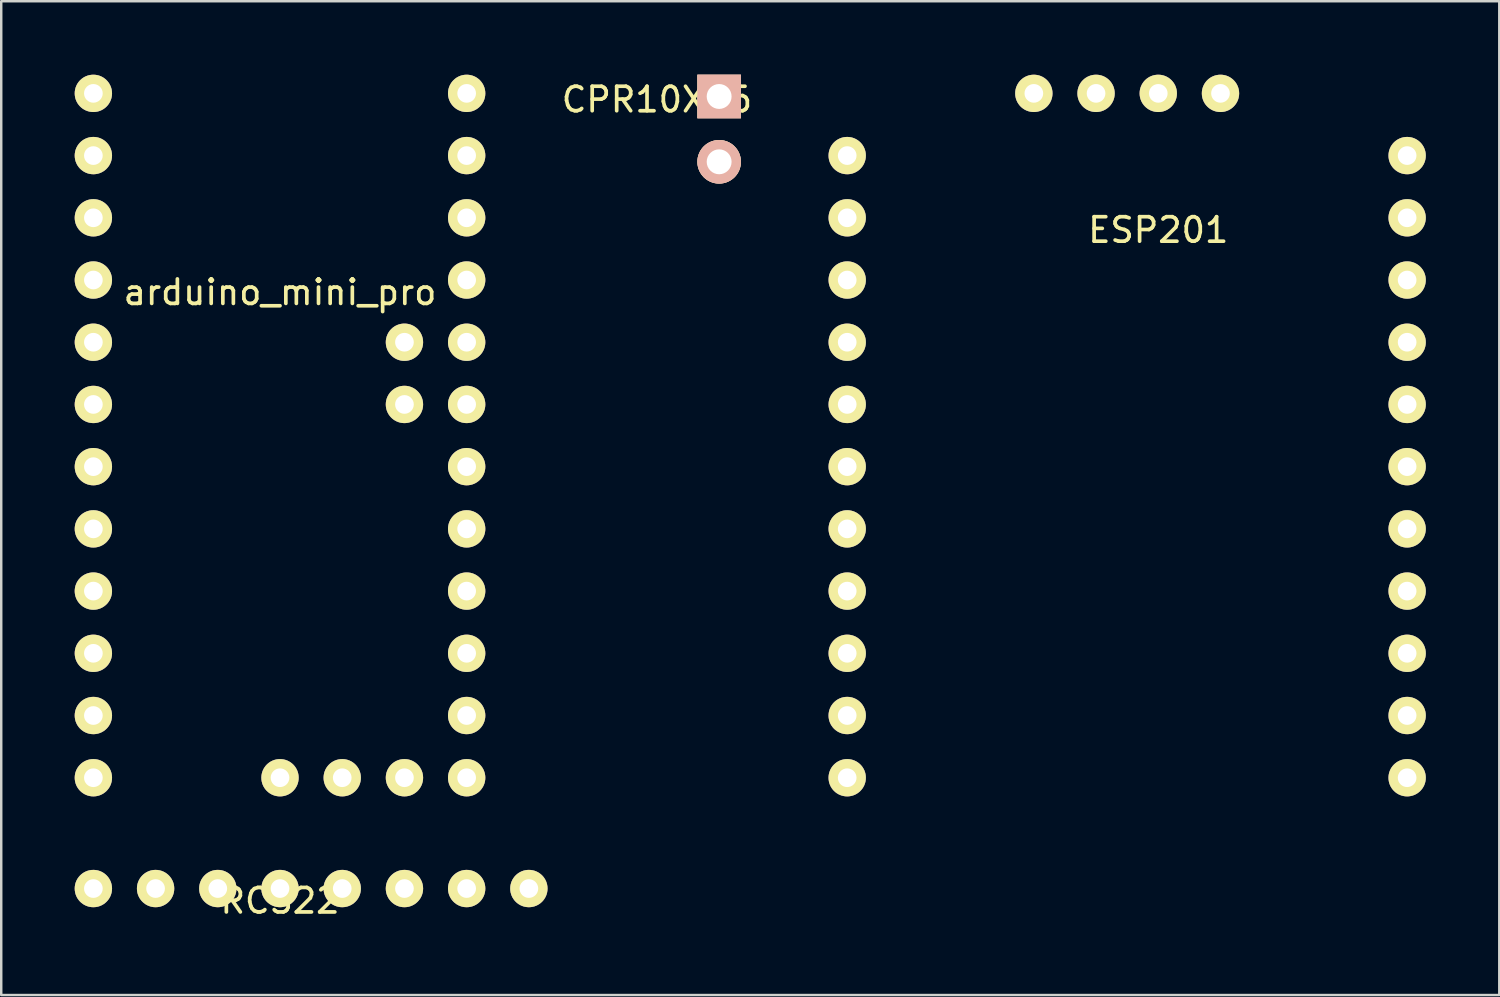
<source format=kicad_pcb>
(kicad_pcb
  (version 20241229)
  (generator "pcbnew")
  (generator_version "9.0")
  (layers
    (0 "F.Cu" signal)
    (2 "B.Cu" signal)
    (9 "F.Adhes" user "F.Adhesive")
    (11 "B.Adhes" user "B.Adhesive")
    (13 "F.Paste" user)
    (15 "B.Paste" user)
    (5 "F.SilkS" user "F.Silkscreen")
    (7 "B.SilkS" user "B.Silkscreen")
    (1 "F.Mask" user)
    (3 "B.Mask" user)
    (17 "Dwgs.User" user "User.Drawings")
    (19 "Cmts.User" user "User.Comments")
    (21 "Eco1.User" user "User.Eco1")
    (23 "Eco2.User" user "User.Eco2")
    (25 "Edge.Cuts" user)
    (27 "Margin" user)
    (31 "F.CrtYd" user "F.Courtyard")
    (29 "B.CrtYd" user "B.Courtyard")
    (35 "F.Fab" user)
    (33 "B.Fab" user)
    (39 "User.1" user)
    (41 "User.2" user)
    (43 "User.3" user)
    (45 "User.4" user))
  (footprint "arduino_mini_pro"
    (layer "F.Cu")
    (at 8.382 8.382)
    (property "Reference" "arduino_mini_pro" (at 0 0.5 0) (layer "F.SilkS") (effects (font (size 1 1) (thickness 0.15))))
    (attr through_hole)
    (pad "7" thru_hole circle (at 7.62 -7.62) (size 1.524 1.524) (drill 0.762) (layers "*.Cu" "*.Mask" "F.SilkS"))
    (pad "8" thru_hole circle (at 7.62 -5.08) (size 1.524 1.524) (drill 0.762) (layers "*.Cu" "*.Mask" "F.SilkS"))
    (pad "9" thru_hole circle (at 7.62 -2.54) (size 1.524 1.524) (drill 0.762) (layers "*.Cu" "*.Mask" "F.SilkS"))
    (pad "10" thru_hole circle (at 7.62 0) (size 1.524 1.524) (drill 0.762) (layers "*.Cu" "*.Mask" "F.SilkS"))
    (pad "11" thru_hole circle (at 7.62 2.54) (size 1.524 1.524) (drill 0.762) (layers "*.Cu" "*.Mask" "F.SilkS"))
    (pad "12" thru_hole circle (at 7.62 5.08) (size 1.524 1.524) (drill 0.762) (layers "*.Cu" "*.Mask" "F.SilkS"))
    (pad "13" thru_hole circle (at 7.62 7.62) (size 1.524 1.524) (drill 0.762) (layers "*.Cu" "*.Mask" "F.SilkS"))
    (pad "14" thru_hole circle (at 7.62 10.16) (size 1.524 1.524) (drill 0.762) (layers "*.Cu" "*.Mask" "F.SilkS"))
    (pad "15" thru_hole circle (at 7.62 12.7) (size 1.524 1.524) (drill 0.762) (layers "*.Cu" "*.Mask" "F.SilkS"))
    (pad "16" thru_hole circle (at 7.62 15.24) (size 1.524 1.524) (drill 0.762) (layers "*.Cu" "*.Mask" "F.SilkS"))
    (pad "17" thru_hole circle (at 7.62 17.78) (size 1.524 1.524) (drill 0.762) (layers "*.Cu" "*.Mask" "F.SilkS"))
    (pad "18" thru_hole circle (at 7.62 20.32) (size 1.524 1.524) (drill 0.762) (layers "*.Cu" "*.Mask" "F.SilkS"))
    (pad "19" thru_hole circle (at 5.08 20.32) (size 1.524 1.524) (drill 0.762) (layers "*.Cu" "*.Mask" "F.SilkS"))
    (pad "20" thru_hole circle (at 2.54 20.32) (size 1.524 1.524) (drill 0.762) (layers "*.Cu" "*.Mask" "F.SilkS"))
    (pad "21" thru_hole circle (at 0 20.32) (size 1.524 1.524) (drill 0.762) (layers "*.Cu" "*.Mask" "F.SilkS"))
    (pad "22" thru_hole circle (at 5.08 2.54) (size 1.524 1.524) (drill 0.762) (layers "*.Cu" "*.Mask" "F.SilkS"))
    (pad "23" thru_hole circle (at 5.08 5.08) (size 1.524 1.524) (drill 0.762) (layers "*.Cu" "*.Mask" "F.SilkS"))
    (pad "24" thru_hole circle (at -7.62 20.32) (size 1.524 1.524) (drill 0.762) (layers "*.Cu" "*.Mask" "F.SilkS"))
    (pad "25" thru_hole circle (at -7.62 17.78) (size 1.524 1.524) (drill 0.762) (layers "*.Cu" "*.Mask" "F.SilkS"))
    (pad "26" thru_hole circle (at -7.62 15.24) (size 1.524 1.524) (drill 0.762) (layers "*.Cu" "*.Mask" "F.SilkS"))
    (pad "27" thru_hole circle (at -7.62 12.7) (size 1.524 1.524) (drill 0.762) (layers "*.Cu" "*.Mask" "F.SilkS"))
    (pad "28" thru_hole circle (at -7.62 10.16) (size 1.524 1.524) (drill 0.762) (layers "*.Cu" "*.Mask" "F.SilkS"))
    (pad "29" thru_hole circle (at -7.62 7.62) (size 1.524 1.524) (drill 0.762) (layers "*.Cu" "*.Mask" "F.SilkS"))
    (pad "30" thru_hole circle (at -7.62 5.08) (size 1.524 1.524) (drill 0.762) (layers "*.Cu" "*.Mask" "F.SilkS"))
    (pad "31" thru_hole circle (at -7.62 2.54) (size 1.524 1.524) (drill 0.762) (layers "*.Cu" "*.Mask" "F.SilkS"))
    (pad "32" thru_hole circle (at -7.62 0) (size 1.524 1.524) (drill 0.762) (layers "*.Cu" "*.Mask" "F.SilkS"))
    (pad "33" thru_hole circle (at -7.62 -2.54) (size 1.524 1.524) (drill 0.762) (layers "*.Cu" "*.Mask" "F.SilkS"))
    (pad "34" thru_hole circle (at -7.62 -5.08) (size 1.524 1.524) (drill 0.762) (layers "*.Cu" "*.Mask" "F.SilkS"))
    (pad "35" thru_hole circle (at -7.62 -7.62) (size 1.524 1.524) (drill 0.762) (layers "*.Cu" "*.Mask" "F.SilkS")))
  (footprint "RC522"
    (layer "F.Cu")
    (at 8.382 33.226)
    (property "Reference" "RC522" (at 0 0.5 0) (layer "F.SilkS") (effects (font (size 1 1) (thickness 0.15))))
    (attr through_hole)
    (pad "1" thru_hole circle (at -7.62 0) (size 1.524 1.524) (drill 0.762) (layers "*.Cu" "*.Mask" "F.SilkS"))
    (pad "2" thru_hole circle (at -5.08 0) (size 1.524 1.524) (drill 0.762) (layers "*.Cu" "*.Mask" "F.SilkS"))
    (pad "3" thru_hole circle (at -2.54 0) (size 1.524 1.524) (drill 0.762) (layers "*.Cu" "*.Mask" "F.SilkS"))
    (pad "4" thru_hole circle (at 0 0) (size 1.524 1.524) (drill 0.762) (layers "*.Cu" "*.Mask" "F.SilkS"))
    (pad "5" thru_hole circle (at 2.54 0) (size 1.524 1.524) (drill 0.762) (layers "*.Cu" "*.Mask" "F.SilkS"))
    (pad "6" thru_hole circle (at 5.08 0) (size 1.524 1.524) (drill 0.762) (layers "*.Cu" "*.Mask" "F.SilkS"))
    (pad "7" thru_hole circle (at 7.62 0) (size 1.524 1.524) (drill 0.762) (layers "*.Cu" "*.Mask" "F.SilkS"))
    (pad "8" thru_hole circle (at 10.16 0) (size 1.524 1.524) (drill 0.762) (layers "*.Cu" "*.Mask" "F.SilkS")))
  (footprint "CPR10X16"
    (layer "F.Cu")
    (at 26.31 3.556)
    (property "Reference" "CPR10X16" (at -2.54 -2.54 0) (layer "F.SilkS") (effects (font (size 1 1) (thickness 0.15))))
    (attr through_hole)
    (pad "1" thru_hole rect (at 0 -2.667) (size 1.778 1.778) (drill 1.016) (layers "*.Cu" "*.SilkS" "*.Mask"))
    (pad "2" thru_hole circle (at 0 0) (size 1.778 1.778) (drill 1.016) (layers "*.Cu" "*.SilkS" "*.Mask")))
  (footprint "ESP201"
    (layer "F.Cu")
    (at 44.238 5.842)
    (property "Reference" "ESP201" (at 0 0.5 0) (layer "F.SilkS") (effects (font (size 1 1) (thickness 0.15))))
    (attr through_hole)
    (pad "1" thru_hole circle (at -5.08 -5.08) (size 1.524 1.524) (drill 0.762) (layers "*.Cu" "*.Mask" "F.SilkS"))
    (pad "2" thru_hole circle (at -2.54 -5.08) (size 1.524 1.524) (drill 0.762) (layers "*.Cu" "*.Mask" "F.SilkS"))
    (pad "3" thru_hole circle (at 0 -5.08) (size 1.524 1.524) (drill 0.762) (layers "*.Cu" "*.Mask" "F.SilkS"))
    (pad "4" thru_hole circle (at 2.54 -5.08) (size 1.524 1.524) (drill 0.762) (layers "*.Cu" "*.Mask" "F.SilkS"))
    (pad "5" thru_hole circle (at -12.7 -2.54) (size 1.524 1.524) (drill 0.762) (layers "*.Cu" "*.Mask" "F.SilkS"))
    (pad "6" thru_hole circle (at -12.7 0) (size 1.524 1.524) (drill 0.762) (layers "*.Cu" "*.Mask" "F.SilkS"))
    (pad "7" thru_hole circle (at -12.7 2.54) (size 1.524 1.524) (drill 0.762) (layers "*.Cu" "*.Mask" "F.SilkS"))
    (pad "8" thru_hole circle (at -12.7 5.08) (size 1.524 1.524) (drill 0.762) (layers "*.Cu" "*.Mask" "F.SilkS"))
    (pad "9" thru_hole circle (at -12.7 7.62) (size 1.524 1.524) (drill 0.762) (layers "*.Cu" "*.Mask" "F.SilkS"))
    (pad "10" thru_hole circle (at -12.7 10.16) (size 1.524 1.524) (drill 0.762) (layers "*.Cu" "*.Mask" "F.SilkS"))
    (pad "11" thru_hole circle (at -12.7 12.7) (size 1.524 1.524) (drill 0.762) (layers "*.Cu" "*.Mask" "F.SilkS"))
    (pad "12" thru_hole circle (at -12.7 15.24) (size 1.524 1.524) (drill 0.762) (layers "*.Cu" "*.Mask" "F.SilkS"))
    (pad "13" thru_hole circle (at -12.7 17.78) (size 1.524 1.524) (drill 0.762) (layers "*.Cu" "*.Mask" "F.SilkS"))
    (pad "14" thru_hole circle (at -12.7 20.32) (size 1.524 1.524) (drill 0.762) (layers "*.Cu" "*.Mask" "F.SilkS"))
    (pad "15" thru_hole circle (at -12.7 22.86) (size 1.524 1.524) (drill 0.762) (layers "*.Cu" "*.Mask" "F.SilkS"))
    (pad "16" thru_hole circle (at 10.16 22.86) (size 1.524 1.524) (drill 0.762) (layers "*.Cu" "*.Mask" "F.SilkS"))
    (pad "17" thru_hole circle (at 10.16 20.32) (size 1.524 1.524) (drill 0.762) (layers "*.Cu" "*.Mask" "F.SilkS"))
    (pad "18" thru_hole circle (at 10.16 17.78) (size 1.524 1.524) (drill 0.762) (layers "*.Cu" "*.Mask" "F.SilkS"))
    (pad "19" thru_hole circle (at 10.16 15.24) (size 1.524 1.524) (drill 0.762) (layers "*.Cu" "*.Mask" "F.SilkS"))
    (pad "20" thru_hole circle (at 10.16 12.7) (size 1.524 1.524) (drill 0.762) (layers "*.Cu" "*.Mask" "F.SilkS"))
    (pad "21" thru_hole circle (at 10.16 10.16) (size 1.524 1.524) (drill 0.762) (layers "*.Cu" "*.Mask" "F.SilkS"))
    (pad "22" thru_hole circle (at 10.16 7.62) (size 1.524 1.524) (drill 0.762) (layers "*.Cu" "*.Mask" "F.SilkS"))
    (pad "23" thru_hole circle (at 10.16 5.08) (size 1.524 1.524) (drill 0.762) (layers "*.Cu" "*.Mask" "F.SilkS"))
    (pad "24" thru_hole circle (at 10.16 2.54) (size 1.524 1.524) (drill 0.762) (layers "*.Cu" "*.Mask" "F.SilkS"))
    (pad "25" thru_hole circle (at 10.16 0) (size 1.524 1.524) (drill 0.762) (layers "*.Cu" "*.Mask" "F.SilkS"))
    (pad "26" thru_hole circle (at 10.16 -2.54) (size 1.524 1.524) (drill 0.762) (layers "*.Cu" "*.Mask" "F.SilkS")))
  (gr_rect
    (start -3 -3)
    (end 58.16 37.574)
    (stroke (width 0.1) (type default))
    (fill no)
    (layer "Edge.Cuts")))
</source>
